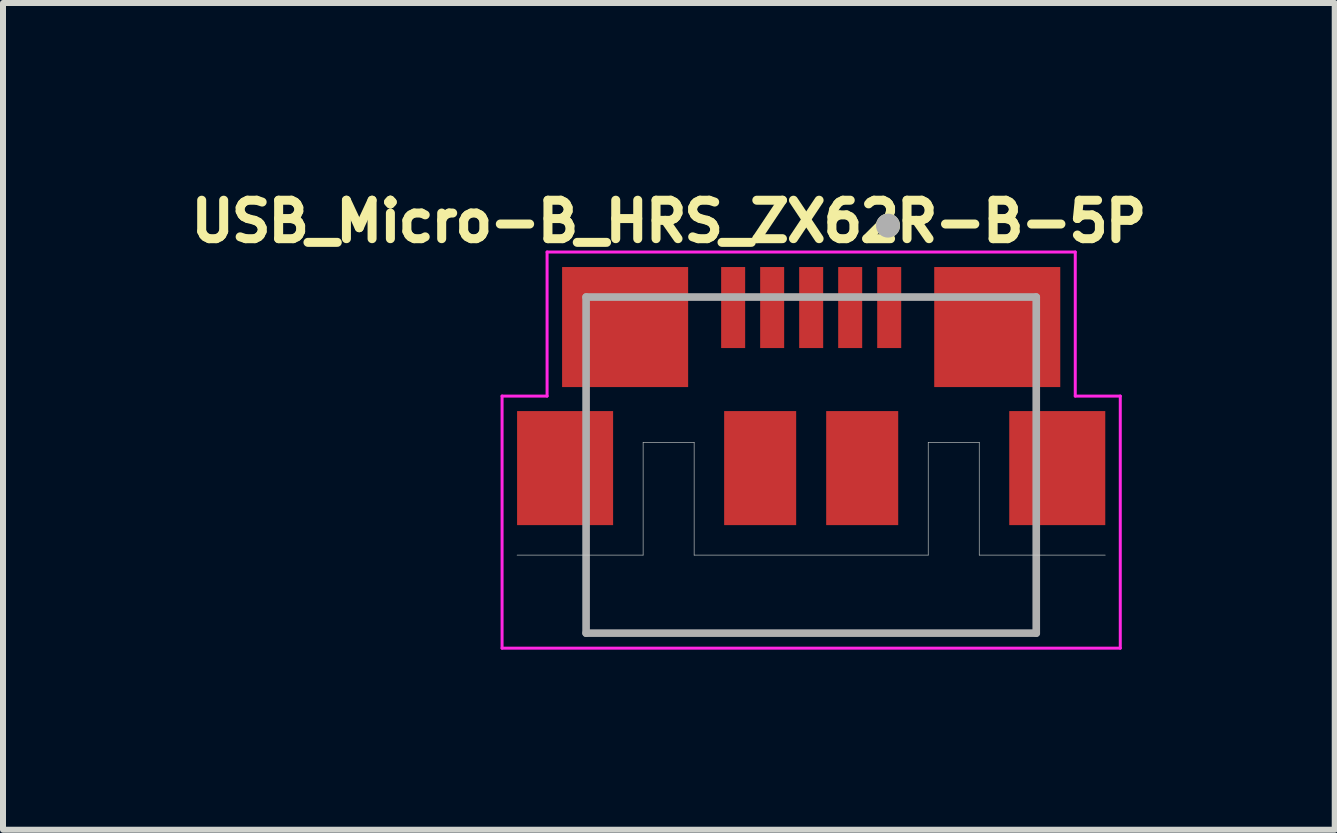
<source format=kicad_pcb>
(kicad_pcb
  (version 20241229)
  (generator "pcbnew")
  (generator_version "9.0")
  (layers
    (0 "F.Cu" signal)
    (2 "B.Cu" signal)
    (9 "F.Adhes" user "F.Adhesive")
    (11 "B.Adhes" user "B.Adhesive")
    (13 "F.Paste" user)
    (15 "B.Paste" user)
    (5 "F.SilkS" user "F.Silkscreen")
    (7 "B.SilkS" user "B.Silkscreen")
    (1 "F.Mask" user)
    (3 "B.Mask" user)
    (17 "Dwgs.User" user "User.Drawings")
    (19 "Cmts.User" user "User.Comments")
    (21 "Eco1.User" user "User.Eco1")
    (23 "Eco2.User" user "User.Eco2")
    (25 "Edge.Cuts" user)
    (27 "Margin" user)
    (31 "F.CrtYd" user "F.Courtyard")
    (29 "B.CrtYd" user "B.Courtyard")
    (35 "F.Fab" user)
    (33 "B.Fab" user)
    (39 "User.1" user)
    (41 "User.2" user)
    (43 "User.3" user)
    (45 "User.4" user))
  (footprint "USB_Micro-B_HRS_ZX62R-B-5P"
    (layer "F.Cu")
    (at 10.465 4.749)
    (property "Reference" "USB_Micro-B_HRS_ZX62R-B-5P" (at -2.371 -4.111 0) (layer "F.SilkS") (effects (font (size 0.641 0.641) (thickness 0.15))))
    (attr smd)
    (fp_circle (center 1.28 -4.04) (end 1.38 -4.04) (stroke (width 0.2) (type solid)) (fill no) (layer "F.SilkS"))
    (fp_line (start -4.9 1.45) (end -2.8 1.45) (stroke (width 0.01) (type solid)) (layer "Edge.Cuts"))
    (fp_line (start -2.8 -0.43) (end -1.95 -0.43) (stroke (width 0.01) (type solid)) (layer "Edge.Cuts"))
    (fp_line (start -2.8 1.45) (end -2.8 -0.43) (stroke (width 0.01) (type solid)) (layer "Edge.Cuts"))
    (fp_line (start -1.95 -0.43) (end -1.95 1.45) (stroke (width 0.01) (type solid)) (layer "Edge.Cuts"))
    (fp_line (start -1.95 1.45) (end 1.95 1.45) (stroke (width 0.01) (type solid)) (layer "Edge.Cuts"))
    (fp_line (start 1.95 -0.43) (end 2.8 -0.43) (stroke (width 0.01) (type solid)) (layer "Edge.Cuts"))
    (fp_line (start 1.95 1.45) (end 1.95 -0.43) (stroke (width 0.01) (type solid)) (layer "Edge.Cuts"))
    (fp_line (start 2.8 -0.43) (end 2.8 1.45) (stroke (width 0.01) (type solid)) (layer "Edge.Cuts"))
    (fp_line (start 2.8 1.45) (end 4.9 1.45) (stroke (width 0.01) (type solid)) (layer "Edge.Cuts"))
    (fp_line (start -5.15 -1.2) (end -4.4 -1.2) (stroke (width 0.05) (type solid)) (layer "F.CrtYd"))
    (fp_line (start -5.15 3) (end -5.15 -1.2) (stroke (width 0.05) (type solid)) (layer "F.CrtYd"))
    (fp_line (start -4.4 -3.6) (end 4.4 -3.6) (stroke (width 0.05) (type solid)) (layer "F.CrtYd"))
    (fp_line (start -4.4 -1.2) (end -4.4 -3.6) (stroke (width 0.05) (type solid)) (layer "F.CrtYd"))
    (fp_line (start 4.4 -1.2) (end 4.4 -3.6) (stroke (width 0.05) (type solid)) (layer "F.CrtYd"))
    (fp_line (start 5.15 -1.2) (end 4.4 -1.2) (stroke (width 0.05) (type solid)) (layer "F.CrtYd"))
    (fp_line (start 5.15 3) (end -5.15 3) (stroke (width 0.05) (type solid)) (layer "F.CrtYd"))
    (fp_line (start 5.15 3) (end 5.15 -1.2) (stroke (width 0.05) (type solid)) (layer "F.CrtYd"))
    (fp_line (start -3.75 -2.85) (end 3.75 -2.85) (stroke (width 0.127) (type solid)) (layer "F.Fab"))
    (fp_line (start -3.75 2.75) (end -3.75 -2.85) (stroke (width 0.127) (type solid)) (layer "F.Fab"))
    (fp_line (start 3.75 -2.85) (end 3.75 2.75) (stroke (width 0.127) (type solid)) (layer "F.Fab"))
    (fp_line (start 3.75 2.75) (end -3.75 2.75) (stroke (width 0.127) (type solid)) (layer "F.Fab"))
    (fp_circle (center 1.28 -4.04) (end 1.38 -4.04) (stroke (width 0.2) (type solid)) (fill no) (layer "F.Fab"))
    (pad "1" smd rect (at 1.3 -2.675) (size 0.4 1.35) (layers "F.Cu" "F.Mask" "F.Paste"))
    (pad "2" smd rect (at 0.65 -2.675) (size 0.4 1.35) (layers "F.Cu" "F.Mask" "F.Paste"))
    (pad "3" smd rect (at 0 -2.675) (size 0.4 1.35) (layers "F.Cu" "F.Mask" "F.Paste"))
    (pad "4" smd rect (at -0.65 -2.675) (size 0.4 1.35) (layers "F.Cu" "F.Mask" "F.Paste"))
    (pad "5" smd rect (at -1.3 -2.675) (size 0.4 1.35) (layers "F.Cu" "F.Mask" "F.Paste"))
    (pad "S1" smd rect (at -3.1 -2.35) (size 2.1 2) (layers "F.Cu" "F.Mask" "F.Paste"))
    (pad "S2" smd rect (at 3.1 -2.35) (size 2.1 2) (layers "F.Cu" "F.Mask" "F.Paste"))
    (pad "S3" smd rect (at -4.1 0) (size 1.6 1.9) (layers "F.Cu" "F.Mask" "F.Paste"))
    (pad "S4" smd rect (at 4.1 0) (size 1.6 1.9) (layers "F.Cu" "F.Mask" "F.Paste"))
    (pad "S5" smd rect (at -0.85 0) (size 1.2 1.9) (layers "F.Cu" "F.Mask" "F.Paste"))
    (pad "S6" smd rect (at 0.85 0) (size 1.2 1.9) (layers "F.Cu" "F.Mask" "F.Paste"))
    (zone (net_name "") (layer "F.Cu") (hatch full 0.508) (connect_pads) (min_thickness 0.01) (filled_areas_thickness no) (keepout (tracks not_allowed) (vias not_allowed) (pads not_allowed) (copperpour not_allowed) (footprints allowed)) (placement (enabled no)) (fill) (polygon (pts (xy 6.708 5.699) (xy 7.665 5.699) (xy 7.665 6.202) (xy 6.708 6.202))))
    (zone (net_name "") (layer "F.Cu") (hatch full 0.508) (connect_pads) (min_thickness 0.01) (filled_areas_thickness no) (keepout (tracks not_allowed) (vias not_allowed) (pads not_allowed) (copperpour not_allowed) (footprints allowed)) (placement (enabled no)) (fill) (polygon (pts (xy 6.711 3.399) (xy 7.165 3.399) (xy 7.165 3.798) (xy 6.711 3.798))))
    (zone (net_name "") (layer "F.Cu") (hatch full 0.508) (connect_pads) (min_thickness 0.01) (filled_areas_thickness no) (keepout (tracks not_allowed) (vias not_allowed) (pads not_allowed) (copperpour not_allowed) (footprints allowed)) (placement (enabled no)) (fill) (polygon (pts (xy 7.163 3.399) (xy 7.665 3.399) (xy 7.665 5.699) (xy 7.163 5.699))))
    (zone (net_name "") (layer "F.Cu") (hatch full 0.508) (connect_pads) (min_thickness 0.01) (filled_areas_thickness no) (keepout (tracks not_allowed) (vias not_allowed) (pads not_allowed) (copperpour not_allowed) (footprints allowed)) (placement (enabled no)) (fill) (polygon (pts (xy 7.661 3.399) (xy 8.515 3.399) (xy 8.515 4.299) (xy 7.661 4.299))))
    (zone (net_name "") (layer "F.Cu") (hatch full 0.508) (connect_pads) (min_thickness 0.01) (filled_areas_thickness no) (keepout (tracks not_allowed) (vias not_allowed) (pads not_allowed) (copperpour not_allowed) (footprints allowed)) (placement (enabled no)) (fill) (polygon (pts (xy 8.412 2.749) (xy 12.515 2.749) (xy 12.515 3.798) (xy 8.412 3.798))))
    (zone (net_name "") (layer "F.Cu") (hatch full 0.508) (connect_pads) (min_thickness 0.01) (filled_areas_thickness no) (keepout (tracks not_allowed) (vias not_allowed) (pads not_allowed) (copperpour not_allowed) (footprints allowed)) (placement (enabled no)) (fill) (polygon (pts (xy 8.514 3.799) (xy 9.015 3.799) (xy 9.015 6.199) (xy 8.514 6.199))))
    (zone (net_name "") (layer "F.Cu") (hatch full 0.508) (connect_pads) (min_thickness 0.01) (filled_areas_thickness no) (keepout (tracks not_allowed) (vias not_allowed) (pads not_allowed) (copperpour not_allowed) (footprints allowed)) (placement (enabled no)) (fill) (polygon (pts (xy 9.012 5.699) (xy 12.415 5.699) (xy 12.415 6.202) (xy 9.012 6.202))))
    (zone (net_name "") (layer "F.Cu") (hatch full 0.508) (connect_pads) (min_thickness 0.01) (filled_areas_thickness no) (keepout (tracks not_allowed) (vias not_allowed) (pads not_allowed) (copperpour not_allowed) (footprints allowed)) (placement (enabled no)) (fill) (polygon (pts (xy 10.214 3.799) (xy 10.715 3.799) (xy 10.715 5.701) (xy 10.214 5.701))))
    (zone (net_name "") (layer "F.Cu") (hatch full 0.508) (connect_pads) (min_thickness 0.01) (filled_areas_thickness no) (keepout (tracks not_allowed) (vias not_allowed) (pads not_allowed) (copperpour not_allowed) (footprints allowed)) (placement (enabled no)) (fill) (polygon (pts (xy 11.915 3.799) (xy 12.415 3.799) (xy 12.415 5.699) (xy 11.915 5.699))))
    (zone (net_name "") (layer "F.Cu") (hatch full 0.508) (connect_pads) (min_thickness 0.01) (filled_areas_thickness no) (keepout (tracks not_allowed) (vias not_allowed) (pads not_allowed) (copperpour not_allowed) (footprints allowed)) (placement (enabled no)) (fill) (polygon (pts (xy 12.415 3.399) (xy 13.765 3.399) (xy 13.765 4.299) (xy 12.415 4.299))))
    (zone (net_name "") (layer "F.Cu") (hatch full 0.508) (connect_pads) (min_thickness 0.01) (filled_areas_thickness no) (keepout (tracks not_allowed) (vias not_allowed) (pads not_allowed) (copperpour not_allowed) (footprints allowed)) (placement (enabled no)) (fill) (polygon (pts (xy 13.269 4.299) (xy 13.765 4.299) (xy 13.765 6.202) (xy 13.269 6.202))))
    (zone (net_name "") (layer "F.Cu") (hatch full 0.508) (connect_pads) (min_thickness 0.01) (filled_areas_thickness no) (keepout (tracks not_allowed) (vias not_allowed) (pads not_allowed) (copperpour not_allowed) (footprints allowed)) (placement (enabled no)) (fill) (polygon (pts (xy 13.768 5.699) (xy 14.215 5.699) (xy 14.215 6.201) (xy 13.768 6.201))))
    (zone (net_name "") (layer "F.Cu") (hatch full 0.508) (connect_pads) (min_thickness 0.01) (filled_areas_thickness no) (keepout (tracks not_allowed) (vias not_allowed) (pads not_allowed) (copperpour not_allowed) (footprints allowed)) (placement (enabled no)) (fill) (polygon (pts (xy 13.771 3.399) (xy 14.215 3.399) (xy 14.215 3.797) (xy 13.771 3.797))))
    (zone (net_name "") (layers "F.Cu" "B.Cu") (hatch full 0.508) (connect_pads) (min_thickness 0.01) (filled_areas_thickness no) (keepout (tracks allowed) (vias not_allowed) (pads allowed) (copperpour allowed) (footprints allowed)) (placement (enabled no)) (fill) (polygon (pts (xy 6.707 3.399) (xy 7.165 3.399) (xy 7.165 3.797) (xy 6.707 3.797))))
    (zone (net_name "") (layers "F.Cu" "B.Cu") (hatch full 0.508) (connect_pads) (min_thickness 0.01) (filled_areas_thickness no) (keepout (tracks allowed) (vias not_allowed) (pads allowed) (copperpour allowed) (footprints allowed)) (placement (enabled no)) (fill) (polygon (pts (xy 6.709 5.699) (xy 7.665 5.699) (xy 7.665 6.201) (xy 6.709 6.201))))
    (zone (net_name "") (layers "F.Cu" "B.Cu") (hatch full 0.508) (connect_pads) (min_thickness 0.01) (filled_areas_thickness no) (keepout (tracks allowed) (vias not_allowed) (pads allowed) (copperpour allowed) (footprints allowed)) (placement (enabled no)) (fill) (polygon (pts (xy 7.163 3.399) (xy 7.665 3.399) (xy 7.665 5.7) (xy 7.163 5.7))))
    (zone (net_name "") (layers "F.Cu" "B.Cu") (hatch full 0.508) (connect_pads) (min_thickness 0.01) (filled_areas_thickness no) (keepout (tracks allowed) (vias not_allowed) (pads allowed) (copperpour allowed) (footprints allowed)) (placement (enabled no)) (fill) (polygon (pts (xy 7.661 3.399) (xy 8.515 3.399) (xy 8.515 4.299) (xy 7.661 4.299))))
    (zone (net_name "") (layers "F.Cu" "B.Cu") (hatch full 0.508) (connect_pads) (min_thickness 0.01) (filled_areas_thickness no) (keepout (tracks allowed) (vias not_allowed) (pads allowed) (copperpour allowed) (footprints allowed)) (placement (enabled no)) (fill) (polygon (pts (xy 8.413 2.749) (xy 12.515 2.749) (xy 12.515 3.799) (xy 8.413 3.799))))
    (zone (net_name "") (layers "F.Cu" "B.Cu") (hatch full 0.508) (connect_pads) (min_thickness 0.01) (filled_areas_thickness no) (keepout (tracks allowed) (vias not_allowed) (pads allowed) (copperpour allowed) (footprints allowed)) (placement (enabled no)) (fill) (polygon (pts (xy 8.514 3.799) (xy 9.015 3.799) (xy 9.015 6.2) (xy 8.514 6.2))))
    (zone (net_name "") (layers "F.Cu" "B.Cu") (hatch full 0.508) (connect_pads) (min_thickness 0.01) (filled_areas_thickness no) (keepout (tracks allowed) (vias not_allowed) (pads allowed) (copperpour allowed) (footprints allowed)) (placement (enabled no)) (fill) (polygon (pts (xy 9.014 5.699) (xy 12.415 5.699) (xy 12.415 6.2) (xy 9.014 6.2))))
    (zone (net_name "") (layers "F.Cu" "B.Cu") (hatch full 0.508) (connect_pads) (min_thickness 0.01) (filled_areas_thickness no) (keepout (tracks allowed) (vias not_allowed) (pads allowed) (copperpour allowed) (footprints allowed)) (placement (enabled no)) (fill) (polygon (pts (xy 10.214 3.799) (xy 10.715 3.799) (xy 10.715 5.7) (xy 10.214 5.7))))
    (zone (net_name "") (layers "F.Cu" "B.Cu") (hatch full 0.508) (connect_pads) (min_thickness 0.01) (filled_areas_thickness no) (keepout (tracks allowed) (vias not_allowed) (pads allowed) (copperpour allowed) (footprints allowed)) (placement (enabled no)) (fill) (polygon (pts (xy 11.916 3.799) (xy 12.415 3.799) (xy 12.415 5.7) (xy 11.916 5.7))))
    (zone (net_name "") (layers "F.Cu" "B.Cu") (hatch full 0.508) (connect_pads) (min_thickness 0.01) (filled_areas_thickness no) (keepout (tracks allowed) (vias not_allowed) (pads allowed) (copperpour allowed) (footprints allowed)) (placement (enabled no)) (fill) (polygon (pts (xy 12.415 3.399) (xy 13.765 3.399) (xy 13.765 4.299) (xy 12.415 4.299))))
    (zone (net_name "") (layers "F.Cu" "B.Cu") (hatch full 0.508) (connect_pads) (min_thickness 0.01) (filled_areas_thickness no) (keepout (tracks allowed) (vias not_allowed) (pads allowed) (copperpour allowed) (footprints allowed)) (placement (enabled no)) (fill) (polygon (pts (xy 13.268 4.299) (xy 13.765 4.299) (xy 13.765 6.201) (xy 13.268 6.201))))
    (zone (net_name "") (layers "F.Cu" "B.Cu") (hatch full 0.508) (connect_pads) (min_thickness 0.01) (filled_areas_thickness no) (keepout (tracks allowed) (vias not_allowed) (pads allowed) (copperpour allowed) (footprints allowed)) (placement (enabled no)) (fill) (polygon (pts (xy 13.767 5.699) (xy 14.215 5.699) (xy 14.215 6.2) (xy 13.767 6.2))))
    (zone (net_name "") (layers "F.Cu" "B.Cu") (hatch full 0.508) (connect_pads) (min_thickness 0.01) (filled_areas_thickness no) (keepout (tracks allowed) (vias not_allowed) (pads allowed) (copperpour allowed) (footprints allowed)) (placement (enabled no)) (fill) (polygon (pts (xy 13.771 3.399) (xy 14.215 3.399) (xy 14.215 3.797) (xy 13.771 3.797)))))
  (gr_rect
    (start -3 -3)
    (end 19.188 10.774)
    (stroke (width 0.1) (type default))
    (fill no)
    (layer "Edge.Cuts")))
</source>
